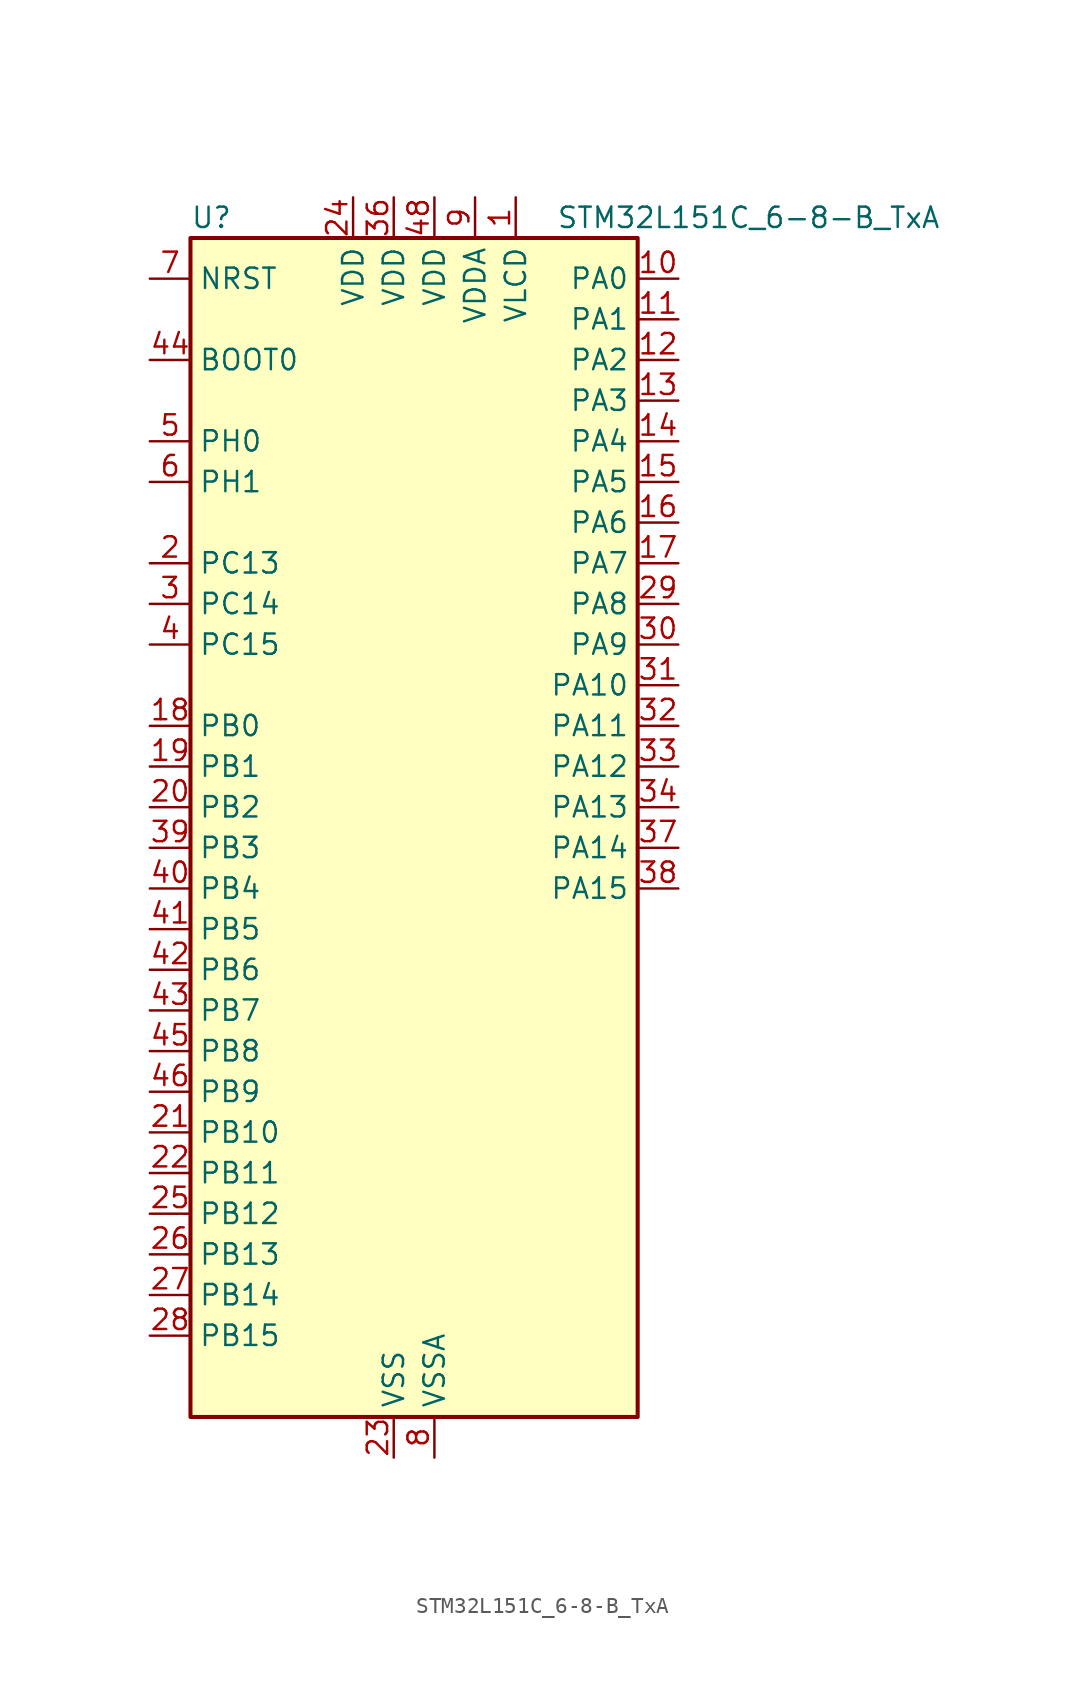
<source format=kicad_sym>
(kicad_symbol_lib
  (version 20231120)
  (generator "kicad-library-utils")
  (generator_version "8.0")
  (symbol "STM32L151C_6-8-B_TxA"
    (property "Reference" "U"
      (at -12.7 39.37 0)
      (effects (font (size 1.27 1.27)) (justify left)))
    (property "Value" "STM32L151C_6-8-B_TxA"
      (at 10.16 39.37 0)
      (effects (font (size 1.27 1.27)) (justify left)))
    (symbol "STM32L151C_6-8-B_TxA_0_1"
      (rectangle (start -12.7 -35.56) (end 15.24 38.1) (stroke (width 0.254) (type default)) (fill (type background))))
    (symbol "STM32L151C_6-8-B_TxA_1_1"
      (pin power_in line (at 7.62 40.64 270) (length 2.54) (name "VLCD" (effects (font (size 1.27 1.27)))) (number "1" (effects (font (size 1.27 1.27)))))
      (pin bidirectional line (at 17.78 35.56 180) (length 2.54) (name "PA0" (effects (font (size 1.27 1.27)))) (number "10" (effects (font (size 1.27 1.27)))) (alternate "ADC_IN0" bidirectional line) (alternate "COMP1_INP" bidirectional line) (alternate "RTC_TAMP2" bidirectional line) (alternate "SYS_WKUP1" bidirectional line) (alternate "TIM2_CH1" bidirectional line) (alternate "TIM2_ETR" bidirectional line) (alternate "TIMX_IC1" bidirectional line) (alternate "TS_G1_IO1" bidirectional line) (alternate "USART2_CTS" bidirectional line))
      (pin bidirectional line (at 17.78 33.02 180) (length 2.54) (name "PA1" (effects (font (size 1.27 1.27)))) (number "11" (effects (font (size 1.27 1.27)))) (alternate "ADC_IN1" bidirectional line) (alternate "COMP1_INP" bidirectional line) (alternate "TIM2_CH2" bidirectional line) (alternate "TIMX_IC2" bidirectional line) (alternate "TS_G1_IO2" bidirectional line) (alternate "USART2_RTS" bidirectional line))
      (pin bidirectional line (at 17.78 30.48 180) (length 2.54) (name "PA2" (effects (font (size 1.27 1.27)))) (number "12" (effects (font (size 1.27 1.27)))) (alternate "ADC_IN2" bidirectional line) (alternate "COMP1_INP" bidirectional line) (alternate "TIM2_CH3" bidirectional line) (alternate "TIM9_CH1" bidirectional line) (alternate "TIMX_IC3" bidirectional line) (alternate "TS_G1_IO3" bidirectional line) (alternate "USART2_TX" bidirectional line))
      (pin bidirectional line (at 17.78 27.94 180) (length 2.54) (name "PA3" (effects (font (size 1.27 1.27)))) (number "13" (effects (font (size 1.27 1.27)))) (alternate "ADC_IN3" bidirectional line) (alternate "COMP1_INP" bidirectional line) (alternate "TIM2_CH4" bidirectional line) (alternate "TIM9_CH2" bidirectional line) (alternate "TIMX_IC4" bidirectional line) (alternate "TS_G1_IO4" bidirectional line) (alternate "USART2_RX" bidirectional line))
      (pin bidirectional line (at 17.78 25.4 180) (length 2.54) (name "PA4" (effects (font (size 1.27 1.27)))) (number "14" (effects (font (size 1.27 1.27)))) (alternate "ADC_IN4" bidirectional line) (alternate "COMP1_INP" bidirectional line) (alternate "DAC_OUT1" bidirectional line) (alternate "SPI1_NSS" bidirectional line) (alternate "TIMX_IC1" bidirectional line) (alternate "USART2_CK" bidirectional line))
      (pin bidirectional line (at 17.78 22.86 180) (length 2.54) (name "PA5" (effects (font (size 1.27 1.27)))) (number "15" (effects (font (size 1.27 1.27)))) (alternate "ADC_IN5" bidirectional line) (alternate "COMP1_INP" bidirectional line) (alternate "DAC_OUT2" bidirectional line) (alternate "SPI1_SCK" bidirectional line) (alternate "TIM2_CH1" bidirectional line) (alternate "TIM2_ETR" bidirectional line) (alternate "TIMX_IC2" bidirectional line))
      (pin bidirectional line (at 17.78 20.32 180) (length 2.54) (name "PA6" (effects (font (size 1.27 1.27)))) (number "16" (effects (font (size 1.27 1.27)))) (alternate "ADC_IN6" bidirectional line) (alternate "COMP1_INP" bidirectional line) (alternate "SPI1_MISO" bidirectional line) (alternate "TIM10_CH1" bidirectional line) (alternate "TIM3_CH1" bidirectional line) (alternate "TIMX_IC3" bidirectional line) (alternate "TS_G2_IO1" bidirectional line))
      (pin bidirectional line (at 17.78 17.78 180) (length 2.54) (name "PA7" (effects (font (size 1.27 1.27)))) (number "17" (effects (font (size 1.27 1.27)))) (alternate "ADC_IN7" bidirectional line) (alternate "COMP1_INP" bidirectional line) (alternate "SPI1_MOSI" bidirectional line) (alternate "TIM11_CH1" bidirectional line) (alternate "TIM3_CH2" bidirectional line) (alternate "TIMX_IC4" bidirectional line) (alternate "TS_G2_IO2" bidirectional line))
      (pin bidirectional line (at -15.24 7.62 0) (length 2.54) (name "PB0" (effects (font (size 1.27 1.27)))) (number "18" (effects (font (size 1.27 1.27)))) (alternate "ADC_IN8" bidirectional line) (alternate "COMP1_INP" bidirectional line) (alternate "SYS_V_REF_OUT" bidirectional line) (alternate "TIM3_CH3" bidirectional line) (alternate "TS_G3_IO1" bidirectional line))
      (pin bidirectional line (at -15.24 5.08 0) (length 2.54) (name "PB1" (effects (font (size 1.27 1.27)))) (number "19" (effects (font (size 1.27 1.27)))) (alternate "ADC_IN9" bidirectional line) (alternate "COMP1_INP" bidirectional line) (alternate "SYS_V_REF_OUT" bidirectional line) (alternate "TIM3_CH4" bidirectional line) (alternate "TS_G3_IO2" bidirectional line))
      (pin bidirectional line (at -15.24 17.78 0) (length 2.54) (name "PC13" (effects (font (size 1.27 1.27)))) (number "2" (effects (font (size 1.27 1.27)))) (alternate "RTC_OUT_ALARM" bidirectional line) (alternate "RTC_OUT_CALIB" bidirectional line) (alternate "RTC_TAMP1" bidirectional line) (alternate "RTC_TS" bidirectional line) (alternate "SYS_WKUP2" bidirectional line) (alternate "TIMX_IC2" bidirectional line))
      (pin bidirectional line (at -15.24 2.54 0) (length 2.54) (name "PB2" (effects (font (size 1.27 1.27)))) (number "20" (effects (font (size 1.27 1.27)))) (alternate "TS_G3_IO3" bidirectional line))
      (pin bidirectional line (at -15.24 -17.78 0) (length 2.54) (name "PB10" (effects (font (size 1.27 1.27)))) (number "21" (effects (font (size 1.27 1.27)))) (alternate "I2C2_SCL" bidirectional line) (alternate "TIM2_CH3" bidirectional line) (alternate "USART3_TX" bidirectional line))
      (pin bidirectional line (at -15.24 -20.32 0) (length 2.54) (name "PB11" (effects (font (size 1.27 1.27)))) (number "22" (effects (font (size 1.27 1.27)))) (alternate "ADC_EXTI11" bidirectional line) (alternate "I2C2_SDA" bidirectional line) (alternate "TIM2_CH4" bidirectional line) (alternate "USART3_RX" bidirectional line))
      (pin power_in line (at 0 -38.1 90) (length 2.54) (name "VSS" (effects (font (size 1.27 1.27)))) (number "23" (effects (font (size 1.27 1.27)))))
      (pin power_in line (at -2.54 40.64 270) (length 2.54) (name "VDD" (effects (font (size 1.27 1.27)))) (number "24" (effects (font (size 1.27 1.27)))))
      (pin bidirectional line (at -15.24 -22.86 0) (length 2.54) (name "PB12" (effects (font (size 1.27 1.27)))) (number "25" (effects (font (size 1.27 1.27)))) (alternate "ADC_IN18" bidirectional line) (alternate "COMP1_INP" bidirectional line) (alternate "I2C2_SMBA" bidirectional line) (alternate "SPI2_NSS" bidirectional line) (alternate "TIM10_CH1" bidirectional line) (alternate "TS_G7_IO1" bidirectional line) (alternate "USART3_CK" bidirectional line))
      (pin bidirectional line (at -15.24 -25.4 0) (length 2.54) (name "PB13" (effects (font (size 1.27 1.27)))) (number "26" (effects (font (size 1.27 1.27)))) (alternate "ADC_IN19" bidirectional line) (alternate "COMP1_INP" bidirectional line) (alternate "SPI2_SCK" bidirectional line) (alternate "TIM9_CH1" bidirectional line) (alternate "TS_G7_IO2" bidirectional line) (alternate "USART3_CTS" bidirectional line))
      (pin bidirectional line (at -15.24 -27.94 0) (length 2.54) (name "PB14" (effects (font (size 1.27 1.27)))) (number "27" (effects (font (size 1.27 1.27)))) (alternate "ADC_IN20" bidirectional line) (alternate "COMP1_INP" bidirectional line) (alternate "SPI2_MISO" bidirectional line) (alternate "TIM9_CH2" bidirectional line) (alternate "TS_G7_IO3" bidirectional line) (alternate "USART3_RTS" bidirectional line))
      (pin bidirectional line (at -15.24 -30.48 0) (length 2.54) (name "PB15" (effects (font (size 1.27 1.27)))) (number "28" (effects (font (size 1.27 1.27)))) (alternate "ADC_EXTI15" bidirectional line) (alternate "ADC_IN21" bidirectional line) (alternate "COMP1_INP" bidirectional line) (alternate "RTC_REFIN" bidirectional line) (alternate "SPI2_MOSI" bidirectional line) (alternate "TIM11_CH1" bidirectional line) (alternate "TS_G7_IO4" bidirectional line))
      (pin bidirectional line (at 17.78 15.24 180) (length 2.54) (name "PA8" (effects (font (size 1.27 1.27)))) (number "29" (effects (font (size 1.27 1.27)))) (alternate "RCC_MCO" bidirectional line) (alternate "TIMX_IC1" bidirectional line) (alternate "TS_G4_IO1" bidirectional line) (alternate "USART1_CK" bidirectional line))
      (pin bidirectional line (at -15.24 15.24 0) (length 2.54) (name "PC14" (effects (font (size 1.27 1.27)))) (number "3" (effects (font (size 1.27 1.27)))) (alternate "RCC_OSC32_IN" bidirectional line) (alternate "TIMX_IC3" bidirectional line))
      (pin bidirectional line (at 17.78 12.7 180) (length 2.54) (name "PA9" (effects (font (size 1.27 1.27)))) (number "30" (effects (font (size 1.27 1.27)))) (alternate "DAC_EXTI9" bidirectional line) (alternate "TIMX_IC2" bidirectional line) (alternate "TS_G4_IO2" bidirectional line) (alternate "USART1_TX" bidirectional line))
      (pin bidirectional line (at 17.78 10.16 180) (length 2.54) (name "PA10" (effects (font (size 1.27 1.27)))) (number "31" (effects (font (size 1.27 1.27)))) (alternate "TIMX_IC3" bidirectional line) (alternate "TS_G4_IO3" bidirectional line) (alternate "USART1_RX" bidirectional line))
      (pin bidirectional line (at 17.78 7.62 180) (length 2.54) (name "PA11" (effects (font (size 1.27 1.27)))) (number "32" (effects (font (size 1.27 1.27)))) (alternate "ADC_EXTI11" bidirectional line) (alternate "SPI1_MISO" bidirectional line) (alternate "TIMX_IC4" bidirectional line) (alternate "USART1_CTS" bidirectional line) (alternate "USB_DM" bidirectional line))
      (pin bidirectional line (at 17.78 5.08 180) (length 2.54) (name "PA12" (effects (font (size 1.27 1.27)))) (number "33" (effects (font (size 1.27 1.27)))) (alternate "SPI1_MOSI" bidirectional line) (alternate "TIMX_IC1" bidirectional line) (alternate "USART1_RTS" bidirectional line) (alternate "USB_DP" bidirectional line))
      (pin bidirectional line (at 17.78 2.54 180) (length 2.54) (name "PA13" (effects (font (size 1.27 1.27)))) (number "34" (effects (font (size 1.27 1.27)))) (alternate "SYS_JTMS-SWDIO" bidirectional line) (alternate "TIMX_IC2" bidirectional line) (alternate "TS_G5_IO1" bidirectional line))
      (pin passive line (at 0 -38.1 90) (length 2.54) hide (name "VSS" (effects (font (size 1.27 1.27)))) (number "35" (effects (font (size 1.27 1.27)))))
      (pin power_in line (at 0 40.64 270) (length 2.54) (name "VDD" (effects (font (size 1.27 1.27)))) (number "36" (effects (font (size 1.27 1.27)))))
      (pin bidirectional line (at 17.78 0 180) (length 2.54) (name "PA14" (effects (font (size 1.27 1.27)))) (number "37" (effects (font (size 1.27 1.27)))) (alternate "SYS_JTCK-SWCLK" bidirectional line) (alternate "TIMX_IC3" bidirectional line) (alternate "TS_G5_IO2" bidirectional line))
      (pin bidirectional line (at 17.78 -2.54 180) (length 2.54) (name "PA15" (effects (font (size 1.27 1.27)))) (number "38" (effects (font (size 1.27 1.27)))) (alternate "ADC_EXTI15" bidirectional line) (alternate "SPI1_NSS" bidirectional line) (alternate "SYS_JTDI" bidirectional line) (alternate "TIM2_CH1" bidirectional line) (alternate "TIM2_ETR" bidirectional line) (alternate "TIMX_IC4" bidirectional line) (alternate "TS_G5_IO3" bidirectional line))
      (pin bidirectional line (at -15.24 0 0) (length 2.54) (name "PB3" (effects (font (size 1.27 1.27)))) (number "39" (effects (font (size 1.27 1.27)))) (alternate "COMP2_INM" bidirectional line) (alternate "SPI1_SCK" bidirectional line) (alternate "SYS_JTDO-TRACESWO" bidirectional line) (alternate "TIM2_CH2" bidirectional line))
      (pin bidirectional line (at -15.24 12.7 0) (length 2.54) (name "PC15" (effects (font (size 1.27 1.27)))) (number "4" (effects (font (size 1.27 1.27)))) (alternate "ADC_EXTI15" bidirectional line) (alternate "RCC_OSC32_OUT" bidirectional line) (alternate "TIMX_IC4" bidirectional line))
      (pin bidirectional line (at -15.24 -2.54 0) (length 2.54) (name "PB4" (effects (font (size 1.27 1.27)))) (number "40" (effects (font (size 1.27 1.27)))) (alternate "COMP2_INP" bidirectional line) (alternate "SPI1_MISO" bidirectional line) (alternate "SYS_JTRST" bidirectional line) (alternate "TIM3_CH1" bidirectional line) (alternate "TS_G6_IO1" bidirectional line))
      (pin bidirectional line (at -15.24 -5.08 0) (length 2.54) (name "PB5" (effects (font (size 1.27 1.27)))) (number "41" (effects (font (size 1.27 1.27)))) (alternate "COMP2_INP" bidirectional line) (alternate "I2C1_SMBA" bidirectional line) (alternate "SPI1_MOSI" bidirectional line) (alternate "TIM3_CH2" bidirectional line) (alternate "TS_G6_IO2" bidirectional line))
      (pin bidirectional line (at -15.24 -7.62 0) (length 2.54) (name "PB6" (effects (font (size 1.27 1.27)))) (number "42" (effects (font (size 1.27 1.27)))) (alternate "I2C1_SCL" bidirectional line) (alternate "TIM4_CH1" bidirectional line) (alternate "TS_G6_IO3" bidirectional line) (alternate "USART1_TX" bidirectional line))
      (pin bidirectional line (at -15.24 -10.16 0) (length 2.54) (name "PB7" (effects (font (size 1.27 1.27)))) (number "43" (effects (font (size 1.27 1.27)))) (alternate "I2C1_SDA" bidirectional line) (alternate "SYS_PVD_IN" bidirectional line) (alternate "TIM4_CH2" bidirectional line) (alternate "TS_G6_IO4" bidirectional line) (alternate "USART1_RX" bidirectional line))
      (pin input line (at -15.24 30.48 0) (length 2.54) (name "BOOT0" (effects (font (size 1.27 1.27)))) (number "44" (effects (font (size 1.27 1.27)))))
      (pin bidirectional line (at -15.24 -12.7 0) (length 2.54) (name "PB8" (effects (font (size 1.27 1.27)))) (number "45" (effects (font (size 1.27 1.27)))) (alternate "I2C1_SCL" bidirectional line) (alternate "TIM10_CH1" bidirectional line) (alternate "TIM4_CH3" bidirectional line))
      (pin bidirectional line (at -15.24 -15.24 0) (length 2.54) (name "PB9" (effects (font (size 1.27 1.27)))) (number "46" (effects (font (size 1.27 1.27)))) (alternate "DAC_EXTI9" bidirectional line) (alternate "I2C1_SDA" bidirectional line) (alternate "TIM11_CH1" bidirectional line) (alternate "TIM4_CH4" bidirectional line))
      (pin passive line (at 0 -38.1 90) (length 2.54) hide (name "VSS" (effects (font (size 1.27 1.27)))) (number "47" (effects (font (size 1.27 1.27)))))
      (pin power_in line (at 2.54 40.64 270) (length 2.54) (name "VDD" (effects (font (size 1.27 1.27)))) (number "48" (effects (font (size 1.27 1.27)))))
      (pin bidirectional line (at -15.24 25.4 0) (length 2.54) (name "PH0" (effects (font (size 1.27 1.27)))) (number "5" (effects (font (size 1.27 1.27)))) (alternate "RCC_OSC_IN" bidirectional line))
      (pin bidirectional line (at -15.24 22.86 0) (length 2.54) (name "PH1" (effects (font (size 1.27 1.27)))) (number "6" (effects (font (size 1.27 1.27)))) (alternate "RCC_OSC_OUT" bidirectional line))
      (pin input line (at -15.24 35.56 0) (length 2.54) (name "NRST" (effects (font (size 1.27 1.27)))) (number "7" (effects (font (size 1.27 1.27)))))
      (pin power_in line (at 2.54 -38.1 90) (length 2.54) (name "VSSA" (effects (font (size 1.27 1.27)))) (number "8" (effects (font (size 1.27 1.27)))))
      (pin power_in line (at 5.08 40.64 270) (length 2.54) (name "VDDA" (effects (font (size 1.27 1.27)))) (number "9" (effects (font (size 1.27 1.27))))))))
</source>
